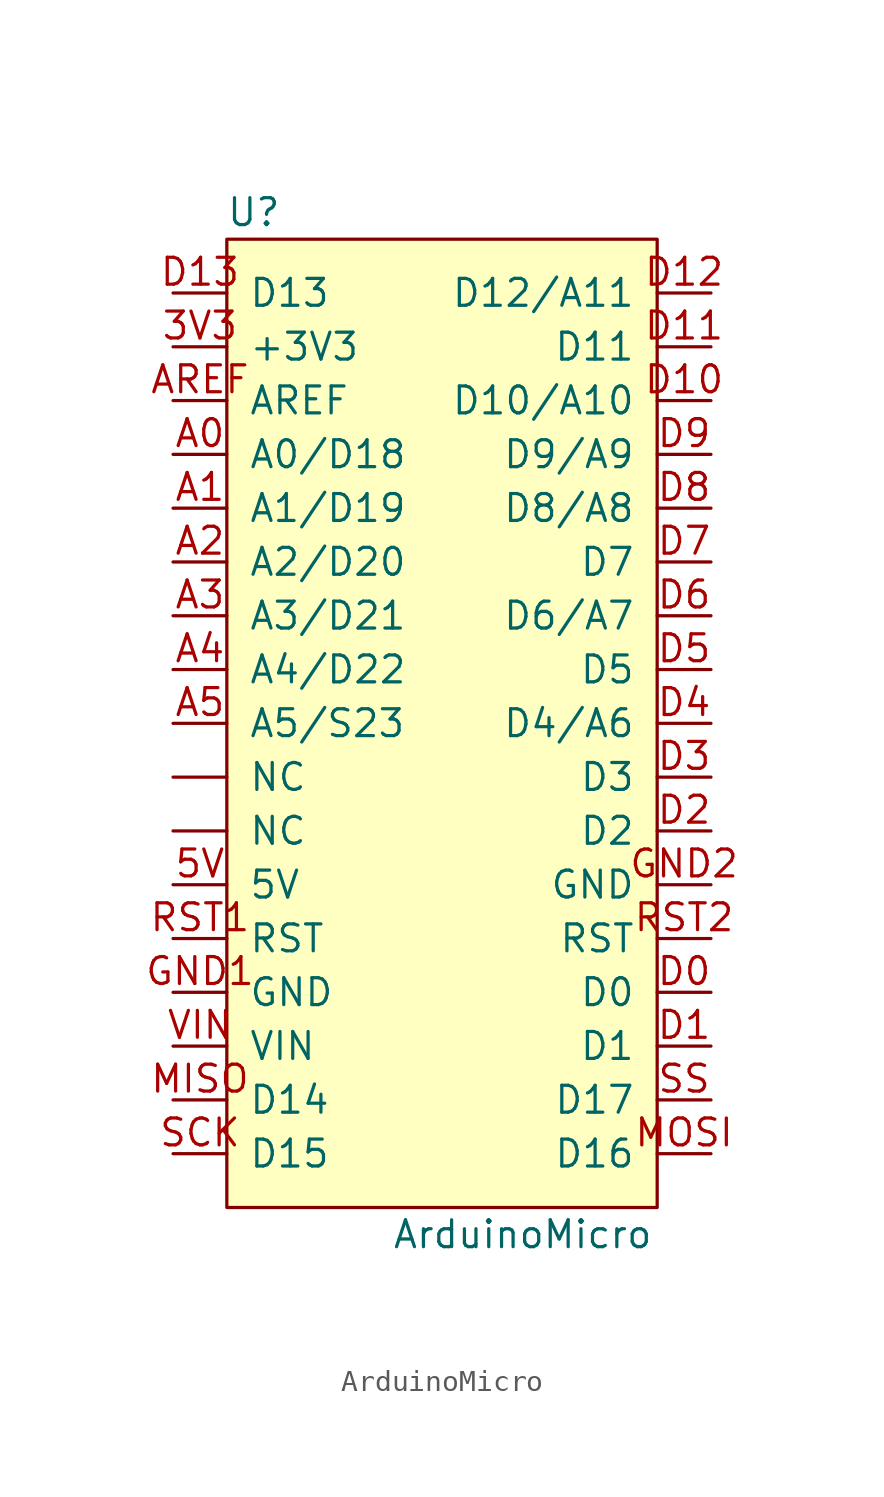
<source format=kicad_sym>
(kicad_symbol_lib
  (version 20220914)
  (generator kicad_symbol_editor)
  (symbol "ArduinoMicro"
    (pin_names
      (offset 1.016))
    (property "Reference" "U"
      (at -8.89 19.05 0)
      (effects (font (size 1.27 1.27))))
    (property "Value" "ArduinoMicro"
      (at 3.81 -29.21 0)
      (effects (font (size 1.27 1.27))))
    (symbol "ArduinoMicro_0_1"
      (rectangle (start -10.16 17.78) (end 10.16 -27.94) (stroke (width 0) (type solid)) (fill (type background))))
    (symbol "ArduinoMicro_1_1"
      (pin bidirectional line (at -12.7 12.7 0) (length 2.54) (name "+3V3" (effects (font (size 1.27 1.27)))) (number "3V3" (effects (font (size 1.27 1.27)))))
      (pin bidirectional line (at -12.7 -12.7 0) (length 2.54) (name "5V" (effects (font (size 1.27 1.27)))) (number "5V" (effects (font (size 1.27 1.27)))))
      (pin bidirectional line (at -12.7 7.62 0) (length 2.54) (name "A0/D18" (effects (font (size 1.27 1.27)))) (number "A0" (effects (font (size 1.27 1.27)))))
      (pin bidirectional line (at -12.7 5.08 0) (length 2.54) (name "A1/D19" (effects (font (size 1.27 1.27)))) (number "A1" (effects (font (size 1.27 1.27)))))
      (pin bidirectional line (at -12.7 2.54 0) (length 2.54) (name "A2/D20" (effects (font (size 1.27 1.27)))) (number "A2" (effects (font (size 1.27 1.27)))))
      (pin bidirectional line (at -12.7 0 0) (length 2.54) (name "A3/D21" (effects (font (size 1.27 1.27)))) (number "A3" (effects (font (size 1.27 1.27)))))
      (pin bidirectional line (at -12.7 -2.54 0) (length 2.54) (name "A4/D22" (effects (font (size 1.27 1.27)))) (number "A4" (effects (font (size 1.27 1.27)))))
      (pin bidirectional line (at -12.7 -5.08 0) (length 2.54) (name "A5/S23" (effects (font (size 1.27 1.27)))) (number "A5" (effects (font (size 1.27 1.27)))))
      (pin bidirectional line (at -12.7 10.16 0) (length 2.54) (name "AREF" (effects (font (size 1.27 1.27)))) (number "AREF" (effects (font (size 1.27 1.27)))))
      (pin bidirectional line (at 12.7 -17.78 180) (length 2.54) (name "D0" (effects (font (size 1.27 1.27)))) (number "D0" (effects (font (size 1.27 1.27)))))
      (pin bidirectional line (at 12.7 -20.32 180) (length 2.54) (name "D1" (effects (font (size 1.27 1.27)))) (number "D1" (effects (font (size 1.27 1.27)))))
      (pin bidirectional line (at 12.7 10.16 180) (length 2.54) (name "D10/A10" (effects (font (size 1.27 1.27)))) (number "D10" (effects (font (size 1.27 1.27)))))
      (pin bidirectional line (at 12.7 12.7 180) (length 2.54) (name "D11" (effects (font (size 1.27 1.27)))) (number "D11" (effects (font (size 1.27 1.27)))))
      (pin bidirectional line (at 12.7 15.24 180) (length 2.54) (name "D12/A11" (effects (font (size 1.27 1.27)))) (number "D12" (effects (font (size 1.27 1.27)))))
      (pin bidirectional line (at -12.7 15.24 0) (length 2.54) (name "D13" (effects (font (size 1.27 1.27)))) (number "D13" (effects (font (size 1.27 1.27)))))
      (pin bidirectional line (at 12.7 -10.16 180) (length 2.54) (name "D2" (effects (font (size 1.27 1.27)))) (number "D2" (effects (font (size 1.27 1.27)))))
      (pin bidirectional line (at 12.7 -7.62 180) (length 2.54) (name "D3" (effects (font (size 1.27 1.27)))) (number "D3" (effects (font (size 1.27 1.27)))))
      (pin bidirectional line (at 12.7 -5.08 180) (length 2.54) (name "D4/A6" (effects (font (size 1.27 1.27)))) (number "D4" (effects (font (size 1.27 1.27)))))
      (pin bidirectional line (at 12.7 -2.54 180) (length 2.54) (name "D5" (effects (font (size 1.27 1.27)))) (number "D5" (effects (font (size 1.27 1.27)))))
      (pin bidirectional line (at 12.7 0 180) (length 2.54) (name "D6/A7" (effects (font (size 1.27 1.27)))) (number "D6" (effects (font (size 1.27 1.27)))))
      (pin bidirectional line (at 12.7 2.54 180) (length 2.54) (name "D7" (effects (font (size 1.27 1.27)))) (number "D7" (effects (font (size 1.27 1.27)))))
      (pin bidirectional line (at 12.7 5.08 180) (length 2.54) (name "D8/A8" (effects (font (size 1.27 1.27)))) (number "D8" (effects (font (size 1.27 1.27)))))
      (pin bidirectional line (at 12.7 7.62 180) (length 2.54) (name "D9/A9" (effects (font (size 1.27 1.27)))) (number "D9" (effects (font (size 1.27 1.27)))))
      (pin bidirectional line (at -12.7 -17.78 0) (length 2.54) (name "GND" (effects (font (size 1.27 1.27)))) (number "GND1" (effects (font (size 1.27 1.27)))))
      (pin bidirectional line (at 12.7 -12.7 180) (length 2.54) (name "GND" (effects (font (size 1.27 1.27)))) (number "GND2" (effects (font (size 1.27 1.27)))))
      (pin bidirectional line (at -12.7 -22.86 0) (length 2.54) (name "D14" (effects (font (size 1.27 1.27)))) (number "MISO" (effects (font (size 1.27 1.27)))))
      (pin bidirectional line (at 12.7 -25.4 180) (length 2.54) (name "D16" (effects (font (size 1.27 1.27)))) (number "MOSI" (effects (font (size 1.27 1.27)))))
      (pin bidirectional line (at -12.7 -15.24 0) (length 2.54) (name "RST" (effects (font (size 1.27 1.27)))) (number "RST1" (effects (font (size 1.27 1.27)))))
      (pin bidirectional line (at 12.7 -15.24 180) (length 2.54) (name "RST" (effects (font (size 1.27 1.27)))) (number "RST2" (effects (font (size 1.27 1.27)))))
      (pin bidirectional line (at -12.7 -25.4 0) (length 2.54) (name "D15" (effects (font (size 1.27 1.27)))) (number "SCK" (effects (font (size 1.27 1.27)))))
      (pin bidirectional line (at 12.7 -22.86 180) (length 2.54) (name "D17" (effects (font (size 1.27 1.27)))) (number "SS" (effects (font (size 1.27 1.27)))))
      (pin bidirectional line (at -12.7 -20.32 0) (length 2.54) (name "VIN" (effects (font (size 1.27 1.27)))) (number "VIN" (effects (font (size 1.27 1.27)))))
      (pin bidirectional line (at -12.7 -10.16 0) (length 2.54) (name "NC" (effects (font (size 1.27 1.27)))) (number "~" (effects (font (size 1.27 1.27)))))
      (pin bidirectional line (at -12.7 -7.62 0) (length 2.54) (name "NC" (effects (font (size 1.27 1.27)))) (number "~" (effects (font (size 1.27 1.27))))))))
</source>
